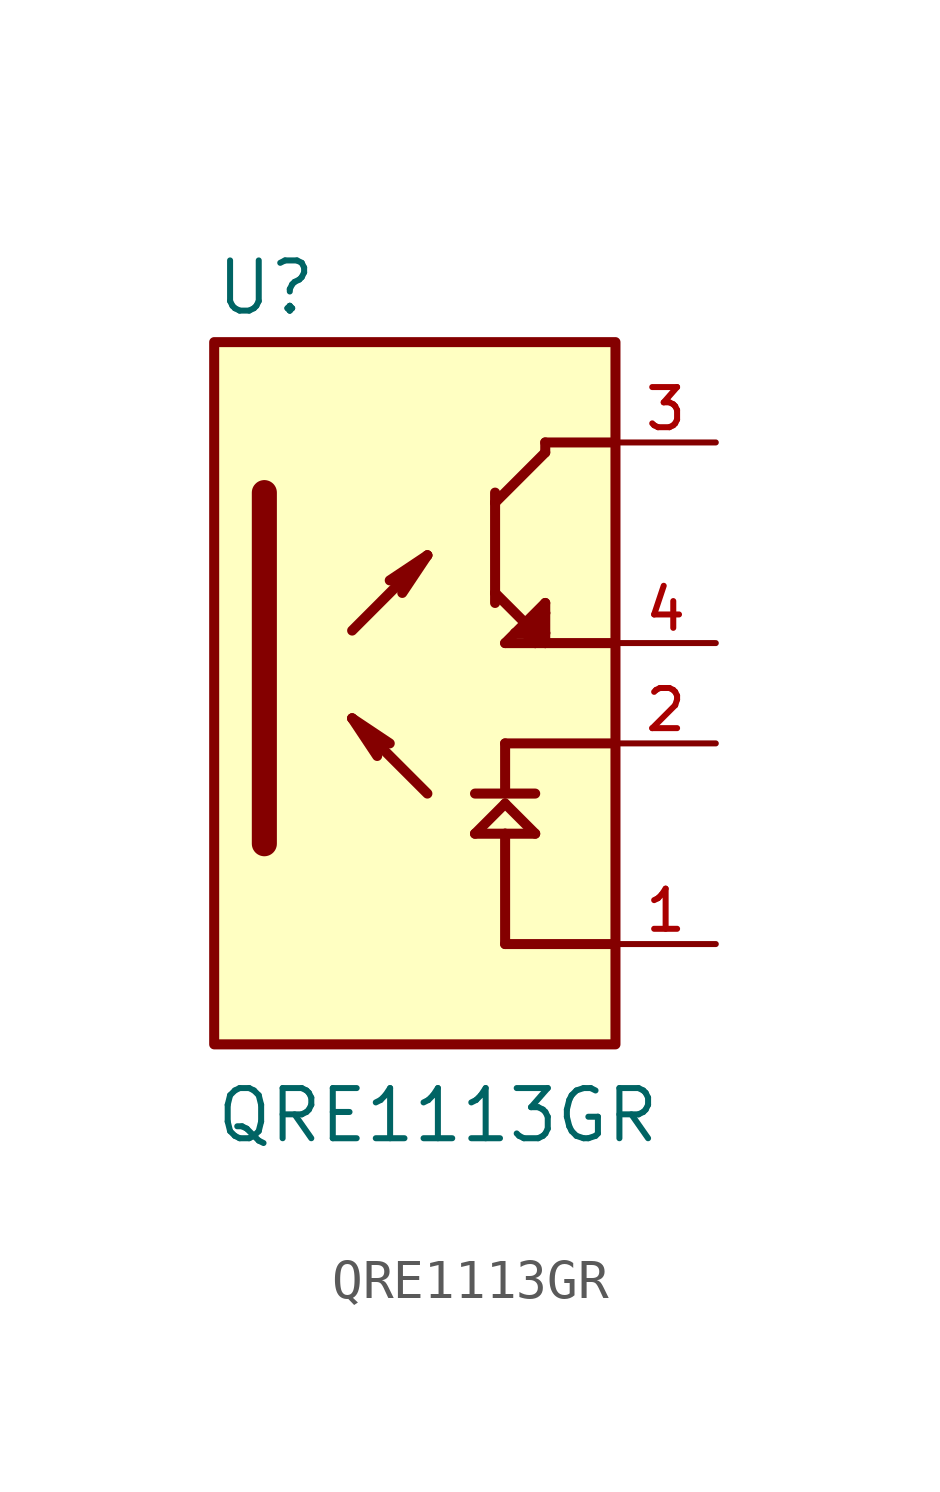
<source format=kicad_sym>
(kicad_symbol_lib
  (version 20211014)
  (generator kicad_symbol_editor)
  (symbol "QRE1113GR"
    (pin_names
      (offset 1.016))
    (property "Reference" "U"
      (at -5.08 10.795 0)
      (effects (font (size 1.27 1.27)) (justify bottom left)))
    (property "Value" "QRE1113GR"
      (at -5.08 -10.16 0)
      (effects (font (size 1.27 1.27)) (justify bottom left)))
    (symbol "QRE1113GR_0_0"
      (polyline (pts (xy 5.08 -5.08) (xy 2.286 -5.08)) (stroke (width 0.254)))
      (polyline (pts (xy 2.286 -5.08) (xy 2.286 -2.286)) (stroke (width 0.254)))
      (polyline (pts (xy 2.286 -2.286) (xy 1.524 -2.286)) (stroke (width 0.254)))
      (polyline (pts (xy 2.286 -2.286) (xy 3.048 -2.286)) (stroke (width 0.254)))
      (polyline (pts (xy 3.048 -2.286) (xy 2.286 -1.524)) (stroke (width 0.254)))
      (polyline (pts (xy 2.286 -1.524) (xy 1.524 -2.286)) (stroke (width 0.254)))
      (polyline (pts (xy 3.048 -1.27) (xy 1.524 -1.27)) (stroke (width 0.254)))
      (polyline (pts (xy 2.286 -1.27) (xy 2.286 0.0)) (stroke (width 0.254)))
      (polyline (pts (xy 2.286 0.0) (xy 5.08 0.0)) (stroke (width 0.254)))
      (polyline (pts (xy 5.08 7.62) (xy 3.302 7.62)) (stroke (width 0.254)))
      (polyline (pts (xy 3.302 7.62) (xy 3.302 7.366)) (stroke (width 0.254)))
      (polyline (pts (xy 3.302 7.366) (xy 2.032 6.096)) (stroke (width 0.254)))
      (polyline (pts (xy 2.032 6.096) (xy 2.032 3.81)) (stroke (width 0.254)))
      (polyline (pts (xy 2.032 3.81) (xy 3.302 2.54)) (stroke (width 0.254)))
      (polyline (pts (xy 3.302 2.54) (xy 5.08 2.54)) (stroke (width 0.254)))
      (polyline (pts (xy 3.302 2.794) (xy 3.302 3.302)) (stroke (width 0.254)))
      (polyline (pts (xy 3.302 3.302) (xy 3.302 3.556)) (stroke (width 0.254)))
      (polyline (pts (xy 3.302 3.556) (xy 2.54 2.794)) (stroke (width 0.254)))
      (polyline (pts (xy 2.54 2.794) (xy 2.286 2.54)) (stroke (width 0.254)))
      (polyline (pts (xy 2.286 2.54) (xy 3.048 2.54)) (stroke (width 0.254)))
      (polyline (pts (xy 3.048 2.54) (xy 3.302 2.54)) (stroke (width 0.254)))
      (polyline (pts (xy 3.302 2.54) (xy 3.302 2.794)) (stroke (width 0.254)))
      (polyline (pts (xy 3.302 2.794) (xy 3.048 3.048)) (stroke (width 0.254)))
      (polyline (pts (xy 3.048 3.048) (xy 2.794 2.794)) (stroke (width 0.254)))
      (polyline (pts (xy 2.54 2.794) (xy 2.794 2.794)) (stroke (width 0.254)))
      (polyline (pts (xy 2.794 2.794) (xy 3.048 2.54)) (stroke (width 0.254)))
      (polyline (pts (xy 3.048 2.54) (xy 3.048 3.048)) (stroke (width 0.254)))
      (polyline (pts (xy 3.048 3.048) (xy 3.302 3.302)) (stroke (width 0.254)))
      (polyline (pts (xy 2.032 3.81) (xy 2.032 3.556)) (stroke (width 0.254)))
      (polyline (pts (xy 2.032 6.096) (xy 2.032 6.35)) (stroke (width 0.254)))
      (polyline (pts (xy -3.81 6.35) (xy -3.81 -2.54)) (stroke (width 0.635)))
      (polyline (pts (xy 0.318 -1.27) (xy -1.587 0.635)) (stroke (width 0.254)))
      (polyline (pts (xy -1.587 0.635) (xy -0.953 -0.318)) (stroke (width 0.254)))
      (polyline (pts (xy -1.587 0.635) (xy -0.635 0.0)) (stroke (width 0.254)))
      (polyline (pts (xy -1.587 2.857) (xy 0.318 4.763)) (stroke (width 0.254)))
      (polyline (pts (xy 0.318 4.763) (xy -0.635 4.128)) (stroke (width 0.254)))
      (polyline (pts (xy 0.318 4.763) (xy -0.318 3.81)) (stroke (width 0.254)))
      (rectangle (start -5.08 -7.62) (end 5.08 10.16) (stroke (width 0.254)) (fill (type background)))
      (pin passive line (at 7.62 -5.08 180.0) (length 2.54) (name "~" (effects (font (size 1.016 1.016)))) (number "1" (effects (font (size 1.016 1.016)))))
      (pin passive line (at 7.62 0.0 180.0) (length 2.54) (name "~" (effects (font (size 1.016 1.016)))) (number "2" (effects (font (size 1.016 1.016)))))
      (pin passive line (at 7.62 7.62 180.0) (length 2.54) (name "~" (effects (font (size 1.016 1.016)))) (number "3" (effects (font (size 1.016 1.016)))))
      (pin passive line (at 7.62 2.54 180.0) (length 2.54) (name "~" (effects (font (size 1.016 1.016)))) (number "4" (effects (font (size 1.016 1.016))))))))
</source>
